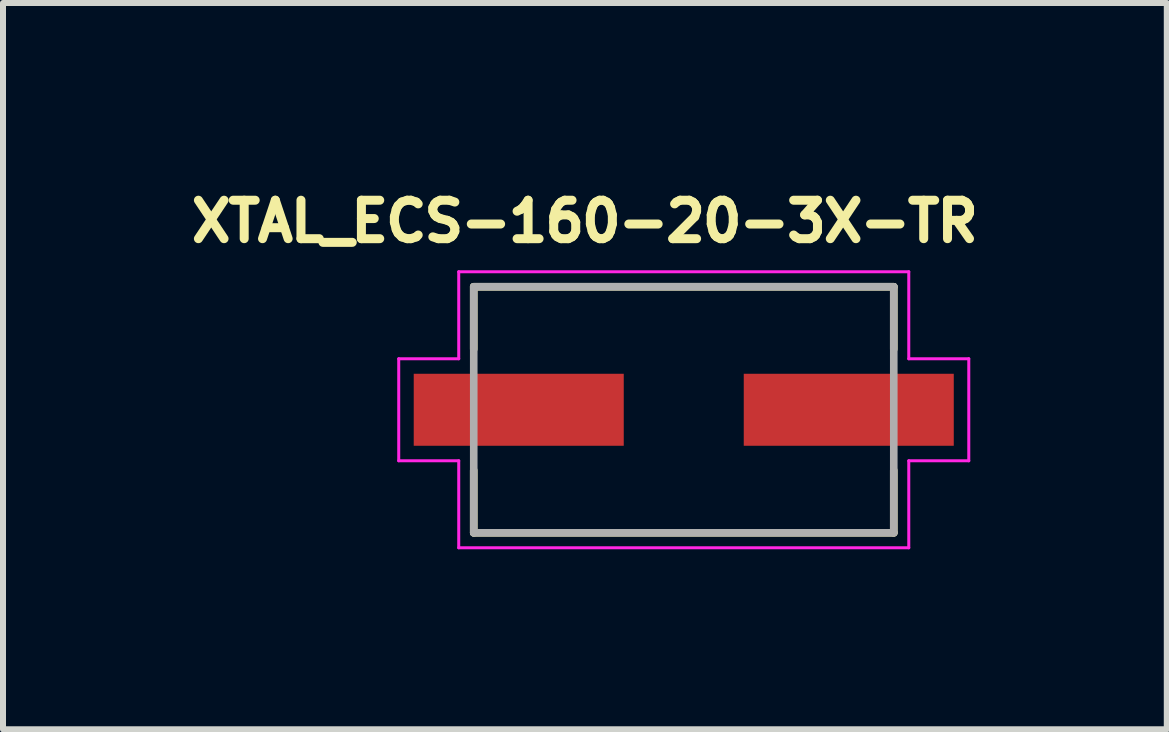
<source format=kicad_pcb>
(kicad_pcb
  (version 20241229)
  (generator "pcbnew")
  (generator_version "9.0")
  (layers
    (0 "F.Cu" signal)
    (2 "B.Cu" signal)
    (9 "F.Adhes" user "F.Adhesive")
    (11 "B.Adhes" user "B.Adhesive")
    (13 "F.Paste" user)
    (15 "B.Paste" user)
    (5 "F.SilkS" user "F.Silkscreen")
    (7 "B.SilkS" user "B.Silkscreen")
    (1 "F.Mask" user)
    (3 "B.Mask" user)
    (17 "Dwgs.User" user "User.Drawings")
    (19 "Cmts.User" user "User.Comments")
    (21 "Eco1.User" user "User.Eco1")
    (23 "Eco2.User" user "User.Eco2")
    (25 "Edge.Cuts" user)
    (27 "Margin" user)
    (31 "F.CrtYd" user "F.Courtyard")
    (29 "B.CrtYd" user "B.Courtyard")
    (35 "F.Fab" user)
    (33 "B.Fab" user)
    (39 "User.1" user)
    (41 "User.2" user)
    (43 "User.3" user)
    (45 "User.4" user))
  (footprint "XTAL_ECS-160-20-3X-TR"
    (layer "F.Cu")
    (at 8.345 3.779)
    (property "Reference" "XTAL_ECS-160-20-3X-TR" (at -1.648 -3.14 0) (layer "F.SilkS") (effects (font (size 0.641 0.641) (thickness 0.15))))
    (attr smd)
    (fp_line (start -3.5 -2.05) (end 3.5 -2.05) (stroke (width 0.127) (type solid)) (layer "F.SilkS"))
    (fp_line (start -3.5 -1.01) (end -3.5 -2.05) (stroke (width 0.127) (type solid)) (layer "F.SilkS"))
    (fp_line (start -3.5 2.05) (end -3.5 1.01) (stroke (width 0.127) (type solid)) (layer "F.SilkS"))
    (fp_line (start 3.5 -2.05) (end 3.5 -1.01) (stroke (width 0.127) (type solid)) (layer "F.SilkS"))
    (fp_line (start 3.5 1.01) (end 3.5 2.05) (stroke (width 0.127) (type solid)) (layer "F.SilkS"))
    (fp_line (start 3.5 2.05) (end -3.5 2.05) (stroke (width 0.127) (type solid)) (layer "F.SilkS"))
    (fp_line (start -4.75 -0.85) (end -4.75 0.85) (stroke (width 0.05) (type solid)) (layer "F.CrtYd"))
    (fp_line (start -4.75 0.85) (end -3.75 0.85) (stroke (width 0.05) (type solid)) (layer "F.CrtYd"))
    (fp_line (start -3.75 -2.3) (end -3.75 -0.85) (stroke (width 0.05) (type solid)) (layer "F.CrtYd"))
    (fp_line (start -3.75 -0.85) (end -4.75 -0.85) (stroke (width 0.05) (type solid)) (layer "F.CrtYd"))
    (fp_line (start -3.75 0.85) (end -3.75 2.3) (stroke (width 0.05) (type solid)) (layer "F.CrtYd"))
    (fp_line (start -3.75 2.3) (end 3.75 2.3) (stroke (width 0.05) (type solid)) (layer "F.CrtYd"))
    (fp_line (start 3.75 -2.3) (end -3.75 -2.3) (stroke (width 0.05) (type solid)) (layer "F.CrtYd"))
    (fp_line (start 3.75 -0.85) (end 3.75 -2.3) (stroke (width 0.05) (type solid)) (layer "F.CrtYd"))
    (fp_line (start 3.75 0.85) (end 4.75 0.85) (stroke (width 0.05) (type solid)) (layer "F.CrtYd"))
    (fp_line (start 3.75 2.3) (end 3.75 0.85) (stroke (width 0.05) (type solid)) (layer "F.CrtYd"))
    (fp_line (start 4.75 -0.85) (end 3.75 -0.85) (stroke (width 0.05) (type solid)) (layer "F.CrtYd"))
    (fp_line (start 4.75 0.85) (end 4.75 -0.85) (stroke (width 0.05) (type solid)) (layer "F.CrtYd"))
    (fp_line (start -3.5 -2.05) (end -3.5 2.05) (stroke (width 0.127) (type solid)) (layer "F.Fab"))
    (fp_line (start -3.5 2.05) (end 3.5 2.05) (stroke (width 0.127) (type solid)) (layer "F.Fab"))
    (fp_line (start 3.5 -2.05) (end -3.5 -2.05) (stroke (width 0.127) (type solid)) (layer "F.Fab"))
    (fp_line (start 3.5 2.05) (end 3.5 -2.05) (stroke (width 0.127) (type solid)) (layer "F.Fab"))
    (pad "1" smd rect (at -2.75 0) (size 3.5 1.2) (layers "F.Cu" "F.Mask" "F.Paste"))
    (pad "2" smd rect (at 2.75 0) (size 3.5 1.2) (layers "F.Cu" "F.Mask" "F.Paste")))
  (gr_rect
    (start -3 -3)
    (end 16.395 9.104)
    (stroke (width 0.1) (type default))
    (fill no)
    (layer "Edge.Cuts")))
</source>
